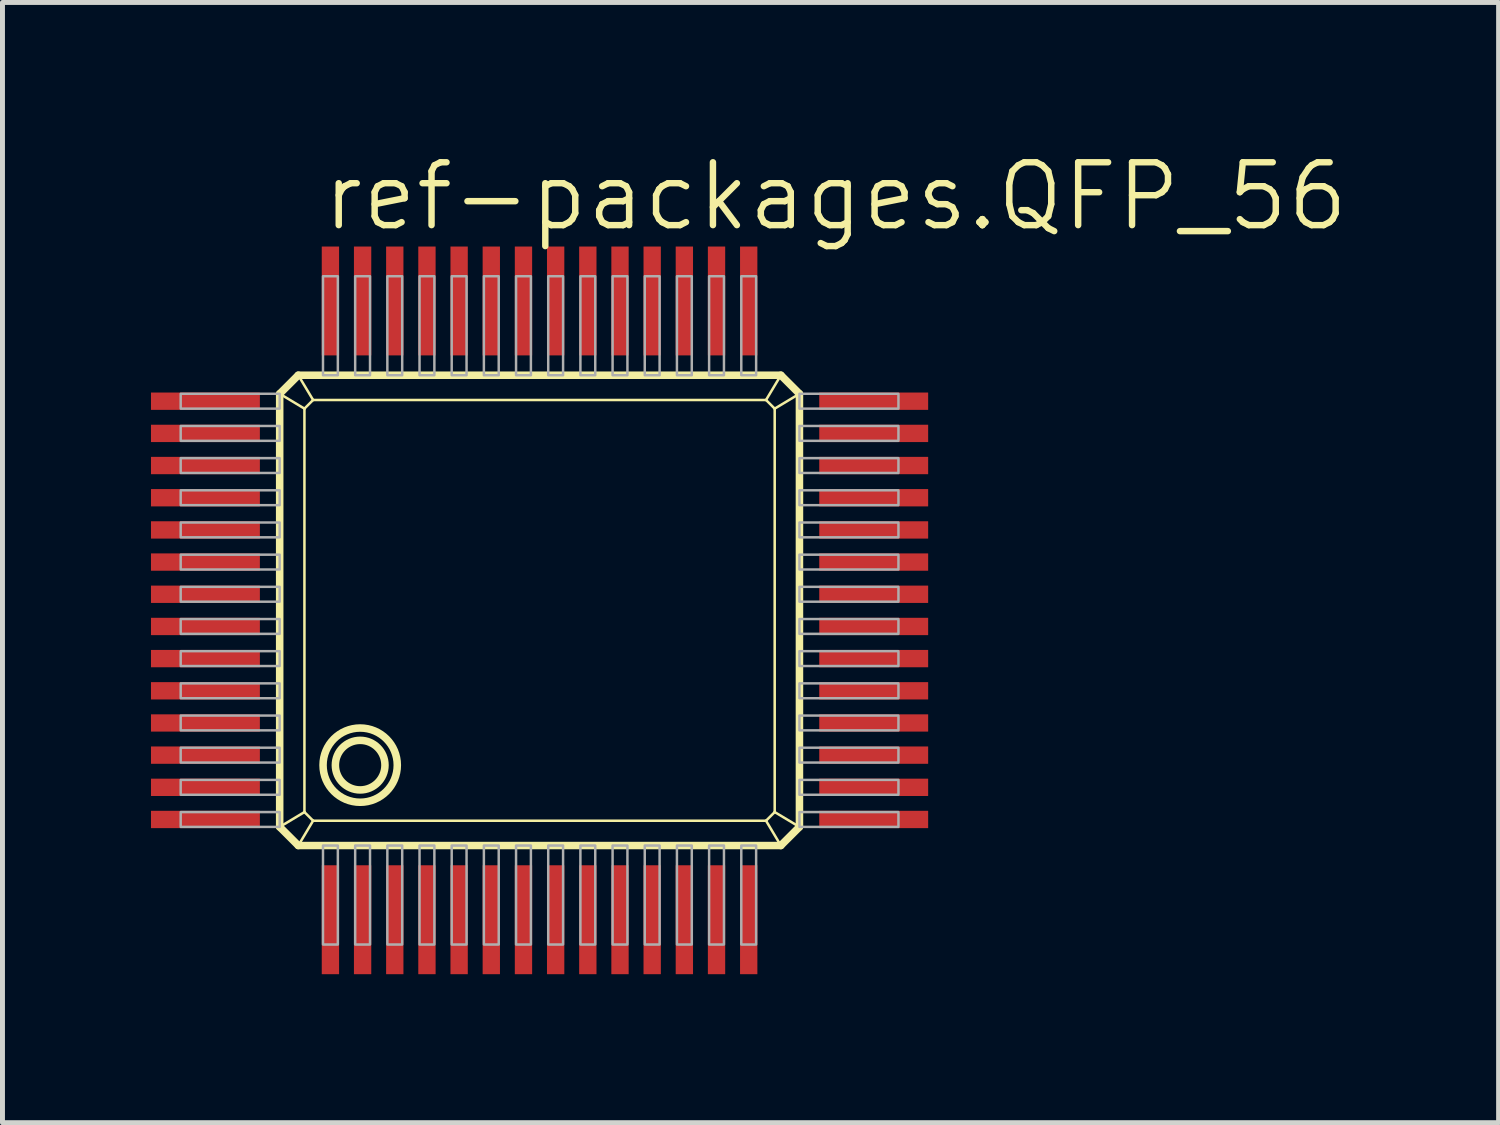
<source format=kicad_pcb>
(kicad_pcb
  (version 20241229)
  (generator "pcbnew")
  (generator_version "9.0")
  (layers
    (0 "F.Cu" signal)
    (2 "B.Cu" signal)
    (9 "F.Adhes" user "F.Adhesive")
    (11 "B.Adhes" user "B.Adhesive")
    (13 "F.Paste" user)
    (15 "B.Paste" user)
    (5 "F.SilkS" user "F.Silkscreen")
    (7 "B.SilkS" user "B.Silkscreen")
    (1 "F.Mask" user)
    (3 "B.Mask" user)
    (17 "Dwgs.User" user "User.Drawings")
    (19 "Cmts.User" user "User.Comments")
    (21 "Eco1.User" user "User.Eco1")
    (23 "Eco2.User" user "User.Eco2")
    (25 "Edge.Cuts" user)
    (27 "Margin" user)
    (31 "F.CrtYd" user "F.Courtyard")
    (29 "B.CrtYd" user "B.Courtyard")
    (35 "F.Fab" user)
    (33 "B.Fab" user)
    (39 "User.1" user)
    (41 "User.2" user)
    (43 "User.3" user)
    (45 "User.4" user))
  (footprint "ref-packages.QFP_56"
    (layer "F.Cu")
    (at 7.85 9.28)
    (property "Reference" "ref-packages.QFP_56" (at -4.445 -7.62 0) (layer "F.SilkS") (effects (font (size 1.27 1.27) (thickness 0.13)) (justify left bottom)))
    (attr smd)
    (fp_line (start -5.25 -4.375) (end -4.875 -4.75) (stroke (width 0.152) (type default)) (layer "F.SilkS"))
    (fp_line (start -5.25 -4.375) (end -4.75 -4.075) (stroke (width 0.051) (type default)) (layer "F.SilkS"))
    (fp_line (start -5.25 4.375) (end -5.25 -4.375) (stroke (width 0.152) (type default)) (layer "F.SilkS"))
    (fp_line (start -5.25 4.375) (end -4.75 4.075) (stroke (width 0.051) (type default)) (layer "F.SilkS"))
    (fp_line (start -4.875 -4.75) (end -4.575 -4.25) (stroke (width 0.051) (type default)) (layer "F.SilkS"))
    (fp_line (start -4.875 -4.75) (end 4.875 -4.75) (stroke (width 0.152) (type default)) (layer "F.SilkS"))
    (fp_line (start -4.874 4.751) (end -5.25 4.375) (stroke (width 0.152) (type default)) (layer "F.SilkS"))
    (fp_line (start -4.874 4.751) (end -4.575 4.25) (stroke (width 0.051) (type default)) (layer "F.SilkS"))
    (fp_line (start -4.75 -4.075) (end -4.575 -4.25) (stroke (width 0.051) (type default)) (layer "F.SilkS"))
    (fp_line (start -4.75 4.075) (end -4.75 -4.075) (stroke (width 0.051) (type default)) (layer "F.SilkS"))
    (fp_line (start -4.575 -4.25) (end 4.575 -4.25) (stroke (width 0.051) (type default)) (layer "F.SilkS"))
    (fp_line (start -4.575 4.25) (end -4.75 4.075) (stroke (width 0.051) (type default)) (layer "F.SilkS"))
    (fp_line (start 4.575 -4.25) (end 4.75 -4.075) (stroke (width 0.051) (type default)) (layer "F.SilkS"))
    (fp_line (start 4.575 4.25) (end -4.575 4.25) (stroke (width 0.051) (type default)) (layer "F.SilkS"))
    (fp_line (start 4.75 -4.075) (end 4.75 4.075) (stroke (width 0.051) (type default)) (layer "F.SilkS"))
    (fp_line (start 4.75 4.075) (end 4.575 4.25) (stroke (width 0.051) (type default)) (layer "F.SilkS"))
    (fp_line (start 4.874 4.751) (end -4.874 4.751) (stroke (width 0.152) (type default)) (layer "F.SilkS"))
    (fp_line (start 4.874 4.751) (end 4.575 4.25) (stroke (width 0.051) (type default)) (layer "F.SilkS"))
    (fp_line (start 4.875 -4.75) (end 4.575 -4.25) (stroke (width 0.051) (type default)) (layer "F.SilkS"))
    (fp_line (start 4.875 -4.75) (end 5.25 -4.375) (stroke (width 0.152) (type default)) (layer "F.SilkS"))
    (fp_line (start 5.25 -4.375) (end 4.75 -4.075) (stroke (width 0.051) (type default)) (layer "F.SilkS"))
    (fp_line (start 5.25 -4.375) (end 5.25 4.375) (stroke (width 0.152) (type default)) (layer "F.SilkS"))
    (fp_line (start 5.25 4.375) (end 4.75 4.075) (stroke (width 0.051) (type default)) (layer "F.SilkS"))
    (fp_line (start 5.25 4.375) (end 4.874 4.751) (stroke (width 0.152) (type default)) (layer "F.SilkS"))
    (fp_circle (center -3.624 3.127) (end -3.123 3.127) (stroke (width 0.152) (type default)) (fill no) (layer "F.SilkS"))
    (fp_circle (center -3.624 3.127) (end -2.874 3.127) (stroke (width 0.152) (type default)) (fill no) (layer "F.SilkS"))
    (fp_rect (start -7.25 -4.075) (end -5.25 -4.375) (stroke (width 0.05) (type default)) (fill no) (layer "F.Fab"))
    (fp_rect (start -7.25 -3.425) (end -5.25 -3.725) (stroke (width 0.05) (type default)) (fill no) (layer "F.Fab"))
    (fp_rect (start -7.25 -2.775) (end -5.25 -3.075) (stroke (width 0.05) (type default)) (fill no) (layer "F.Fab"))
    (fp_rect (start -7.25 -2.125) (end -5.25 -2.425) (stroke (width 0.05) (type default)) (fill no) (layer "F.Fab"))
    (fp_rect (start -7.25 -1.475) (end -5.25 -1.775) (stroke (width 0.05) (type default)) (fill no) (layer "F.Fab"))
    (fp_rect (start -7.25 -0.825) (end -5.25 -1.125) (stroke (width 0.05) (type default)) (fill no) (layer "F.Fab"))
    (fp_rect (start -7.25 -0.175) (end -5.25 -0.475) (stroke (width 0.05) (type default)) (fill no) (layer "F.Fab"))
    (fp_rect (start -7.25 0.475) (end -5.25 0.175) (stroke (width 0.05) (type default)) (fill no) (layer "F.Fab"))
    (fp_rect (start -7.25 1.125) (end -5.25 0.825) (stroke (width 0.05) (type default)) (fill no) (layer "F.Fab"))
    (fp_rect (start -7.25 1.775) (end -5.25 1.475) (stroke (width 0.05) (type default)) (fill no) (layer "F.Fab"))
    (fp_rect (start -7.25 2.425) (end -5.25 2.125) (stroke (width 0.05) (type default)) (fill no) (layer "F.Fab"))
    (fp_rect (start -7.25 3.075) (end -5.25 2.775) (stroke (width 0.05) (type default)) (fill no) (layer "F.Fab"))
    (fp_rect (start -7.25 3.725) (end -5.25 3.425) (stroke (width 0.05) (type default)) (fill no) (layer "F.Fab"))
    (fp_rect (start -7.25 4.375) (end -5.25 4.075) (stroke (width 0.05) (type default)) (fill no) (layer "F.Fab"))
    (fp_rect (start -4.375 -4.75) (end -4.075 -6.75) (stroke (width 0.05) (type default)) (fill no) (layer "F.Fab"))
    (fp_rect (start -4.375 6.751) (end -4.075 4.751) (stroke (width 0.05) (type default)) (fill no) (layer "F.Fab"))
    (fp_rect (start -3.725 -4.75) (end -3.425 -6.75) (stroke (width 0.05) (type default)) (fill no) (layer "F.Fab"))
    (fp_rect (start -3.725 6.751) (end -3.425 4.751) (stroke (width 0.05) (type default)) (fill no) (layer "F.Fab"))
    (fp_rect (start -3.075 -4.75) (end -2.775 -6.75) (stroke (width 0.05) (type default)) (fill no) (layer "F.Fab"))
    (fp_rect (start -3.075 6.751) (end -2.775 4.751) (stroke (width 0.05) (type default)) (fill no) (layer "F.Fab"))
    (fp_rect (start -2.425 -4.75) (end -2.125 -6.75) (stroke (width 0.05) (type default)) (fill no) (layer "F.Fab"))
    (fp_rect (start -2.425 6.751) (end -2.125 4.751) (stroke (width 0.05) (type default)) (fill no) (layer "F.Fab"))
    (fp_rect (start -1.775 -4.75) (end -1.475 -6.75) (stroke (width 0.05) (type default)) (fill no) (layer "F.Fab"))
    (fp_rect (start -1.775 6.751) (end -1.475 4.751) (stroke (width 0.05) (type default)) (fill no) (layer "F.Fab"))
    (fp_rect (start -1.125 -4.75) (end -0.825 -6.75) (stroke (width 0.05) (type default)) (fill no) (layer "F.Fab"))
    (fp_rect (start -1.125 6.751) (end -0.825 4.751) (stroke (width 0.05) (type default)) (fill no) (layer "F.Fab"))
    (fp_rect (start -0.475 -4.75) (end -0.175 -6.75) (stroke (width 0.05) (type default)) (fill no) (layer "F.Fab"))
    (fp_rect (start -0.475 6.751) (end -0.175 4.751) (stroke (width 0.05) (type default)) (fill no) (layer "F.Fab"))
    (fp_rect (start 0.175 -4.75) (end 0.475 -6.75) (stroke (width 0.05) (type default)) (fill no) (layer "F.Fab"))
    (fp_rect (start 0.175 6.751) (end 0.475 4.751) (stroke (width 0.05) (type default)) (fill no) (layer "F.Fab"))
    (fp_rect (start 0.825 -4.75) (end 1.125 -6.75) (stroke (width 0.05) (type default)) (fill no) (layer "F.Fab"))
    (fp_rect (start 0.825 6.751) (end 1.125 4.751) (stroke (width 0.05) (type default)) (fill no) (layer "F.Fab"))
    (fp_rect (start 1.475 -4.75) (end 1.775 -6.75) (stroke (width 0.05) (type default)) (fill no) (layer "F.Fab"))
    (fp_rect (start 1.475 6.751) (end 1.775 4.751) (stroke (width 0.05) (type default)) (fill no) (layer "F.Fab"))
    (fp_rect (start 2.125 -4.75) (end 2.425 -6.75) (stroke (width 0.05) (type default)) (fill no) (layer "F.Fab"))
    (fp_rect (start 2.125 6.751) (end 2.425 4.751) (stroke (width 0.05) (type default)) (fill no) (layer "F.Fab"))
    (fp_rect (start 2.775 -4.75) (end 3.075 -6.75) (stroke (width 0.05) (type default)) (fill no) (layer "F.Fab"))
    (fp_rect (start 2.775 6.751) (end 3.075 4.751) (stroke (width 0.05) (type default)) (fill no) (layer "F.Fab"))
    (fp_rect (start 3.425 -4.75) (end 3.725 -6.75) (stroke (width 0.05) (type default)) (fill no) (layer "F.Fab"))
    (fp_rect (start 3.425 6.751) (end 3.725 4.751) (stroke (width 0.05) (type default)) (fill no) (layer "F.Fab"))
    (fp_rect (start 4.075 -4.75) (end 4.375 -6.75) (stroke (width 0.05) (type default)) (fill no) (layer "F.Fab"))
    (fp_rect (start 4.075 6.751) (end 4.375 4.751) (stroke (width 0.05) (type default)) (fill no) (layer "F.Fab"))
    (fp_rect (start 5.25 -4.075) (end 7.25 -4.375) (stroke (width 0.05) (type default)) (fill no) (layer "F.Fab"))
    (fp_rect (start 5.25 -3.425) (end 7.25 -3.725) (stroke (width 0.05) (type default)) (fill no) (layer "F.Fab"))
    (fp_rect (start 5.25 -2.775) (end 7.25 -3.075) (stroke (width 0.05) (type default)) (fill no) (layer "F.Fab"))
    (fp_rect (start 5.25 -2.125) (end 7.25 -2.425) (stroke (width 0.05) (type default)) (fill no) (layer "F.Fab"))
    (fp_rect (start 5.25 -1.475) (end 7.25 -1.775) (stroke (width 0.05) (type default)) (fill no) (layer "F.Fab"))
    (fp_rect (start 5.25 -0.825) (end 7.25 -1.125) (stroke (width 0.05) (type default)) (fill no) (layer "F.Fab"))
    (fp_rect (start 5.25 -0.175) (end 7.25 -0.475) (stroke (width 0.05) (type default)) (fill no) (layer "F.Fab"))
    (fp_rect (start 5.25 0.475) (end 7.25 0.175) (stroke (width 0.05) (type default)) (fill no) (layer "F.Fab"))
    (fp_rect (start 5.25 1.125) (end 7.25 0.825) (stroke (width 0.05) (type default)) (fill no) (layer "F.Fab"))
    (fp_rect (start 5.25 1.775) (end 7.25 1.475) (stroke (width 0.05) (type default)) (fill no) (layer "F.Fab"))
    (fp_rect (start 5.25 2.425) (end 7.25 2.125) (stroke (width 0.05) (type default)) (fill no) (layer "F.Fab"))
    (fp_rect (start 5.25 3.075) (end 7.25 2.775) (stroke (width 0.05) (type default)) (fill no) (layer "F.Fab"))
    (fp_rect (start 5.25 3.725) (end 7.25 3.425) (stroke (width 0.05) (type default)) (fill no) (layer "F.Fab"))
    (fp_rect (start 5.25 4.375) (end 7.25 4.075) (stroke (width 0.05) (type default)) (fill no) (layer "F.Fab"))
    (pad "1" smd roundrect (at -4.225 6.25) (size 0.35 2.2) (layers "F.Cu" "F.Mask" "F.Paste") (roundrect_rratio 0.01))
    (pad "2" smd roundrect (at -3.575 6.25) (size 0.35 2.2) (layers "F.Cu" "F.Mask" "F.Paste") (roundrect_rratio 0.01))
    (pad "3" smd roundrect (at -2.925 6.25) (size 0.35 2.2) (layers "F.Cu" "F.Mask" "F.Paste") (roundrect_rratio 0.01))
    (pad "4" smd roundrect (at -2.275 6.25) (size 0.35 2.2) (layers "F.Cu" "F.Mask" "F.Paste") (roundrect_rratio 0.01))
    (pad "5" smd roundrect (at -1.625 6.25) (size 0.35 2.2) (layers "F.Cu" "F.Mask" "F.Paste") (roundrect_rratio 0.01))
    (pad "6" smd roundrect (at -0.975 6.25) (size 0.35 2.2) (layers "F.Cu" "F.Mask" "F.Paste") (roundrect_rratio 0.01))
    (pad "7" smd roundrect (at -0.325 6.25) (size 0.35 2.2) (layers "F.Cu" "F.Mask" "F.Paste") (roundrect_rratio 0.01))
    (pad "8" smd roundrect (at 0.325 6.25) (size 0.35 2.2) (layers "F.Cu" "F.Mask" "F.Paste") (roundrect_rratio 0.01))
    (pad "9" smd roundrect (at 0.975 6.25) (size 0.35 2.2) (layers "F.Cu" "F.Mask" "F.Paste") (roundrect_rratio 0.01))
    (pad "10" smd roundrect (at 1.625 6.25) (size 0.35 2.2) (layers "F.Cu" "F.Mask" "F.Paste") (roundrect_rratio 0.01))
    (pad "11" smd roundrect (at 2.275 6.25) (size 0.35 2.2) (layers "F.Cu" "F.Mask" "F.Paste") (roundrect_rratio 0.01))
    (pad "12" smd roundrect (at 2.925 6.25) (size 0.35 2.2) (layers "F.Cu" "F.Mask" "F.Paste") (roundrect_rratio 0.01))
    (pad "13" smd roundrect (at 3.575 6.25) (size 0.35 2.2) (layers "F.Cu" "F.Mask" "F.Paste") (roundrect_rratio 0.01))
    (pad "14" smd roundrect (at 4.225 6.25) (size 0.35 2.2) (layers "F.Cu" "F.Mask" "F.Paste") (roundrect_rratio 0.01))
    (pad "15" smd roundrect (at 6.75 4.225) (size 2.2 0.35) (layers "F.Cu" "F.Mask" "F.Paste") (roundrect_rratio 0.01))
    (pad "16" smd roundrect (at 6.75 3.575) (size 2.2 0.35) (layers "F.Cu" "F.Mask" "F.Paste") (roundrect_rratio 0.01))
    (pad "17" smd roundrect (at 6.75 2.925) (size 2.2 0.35) (layers "F.Cu" "F.Mask" "F.Paste") (roundrect_rratio 0.01))
    (pad "18" smd roundrect (at 6.75 2.275) (size 2.2 0.35) (layers "F.Cu" "F.Mask" "F.Paste") (roundrect_rratio 0.01))
    (pad "19" smd roundrect (at 6.75 1.625) (size 2.2 0.35) (layers "F.Cu" "F.Mask" "F.Paste") (roundrect_rratio 0.01))
    (pad "20" smd roundrect (at 6.75 0.975) (size 2.2 0.35) (layers "F.Cu" "F.Mask" "F.Paste") (roundrect_rratio 0.01))
    (pad "21" smd roundrect (at 6.75 0.325) (size 2.2 0.35) (layers "F.Cu" "F.Mask" "F.Paste") (roundrect_rratio 0.01))
    (pad "22" smd roundrect (at 6.75 -0.325) (size 2.2 0.35) (layers "F.Cu" "F.Mask" "F.Paste") (roundrect_rratio 0.01))
    (pad "23" smd roundrect (at 6.75 -0.975) (size 2.2 0.35) (layers "F.Cu" "F.Mask" "F.Paste") (roundrect_rratio 0.01))
    (pad "24" smd roundrect (at 6.75 -1.625) (size 2.2 0.35) (layers "F.Cu" "F.Mask" "F.Paste") (roundrect_rratio 0.01))
    (pad "25" smd roundrect (at 6.75 -2.275) (size 2.2 0.35) (layers "F.Cu" "F.Mask" "F.Paste") (roundrect_rratio 0.01))
    (pad "26" smd roundrect (at 6.75 -2.925) (size 2.2 0.35) (layers "F.Cu" "F.Mask" "F.Paste") (roundrect_rratio 0.01))
    (pad "27" smd roundrect (at 6.75 -3.575) (size 2.2 0.35) (layers "F.Cu" "F.Mask" "F.Paste") (roundrect_rratio 0.01))
    (pad "28" smd roundrect (at 6.75 -4.225) (size 2.2 0.35) (layers "F.Cu" "F.Mask" "F.Paste") (roundrect_rratio 0.01))
    (pad "29" smd roundrect (at 4.225 -6.25) (size 0.35 2.2) (layers "F.Cu" "F.Mask" "F.Paste") (roundrect_rratio 0.01))
    (pad "30" smd roundrect (at 3.575 -6.25) (size 0.35 2.2) (layers "F.Cu" "F.Mask" "F.Paste") (roundrect_rratio 0.01))
    (pad "31" smd roundrect (at 2.925 -6.25) (size 0.35 2.2) (layers "F.Cu" "F.Mask" "F.Paste") (roundrect_rratio 0.01))
    (pad "32" smd roundrect (at 2.275 -6.25) (size 0.35 2.2) (layers "F.Cu" "F.Mask" "F.Paste") (roundrect_rratio 0.01))
    (pad "33" smd roundrect (at 1.625 -6.25) (size 0.35 2.2) (layers "F.Cu" "F.Mask" "F.Paste") (roundrect_rratio 0.01))
    (pad "34" smd roundrect (at 0.975 -6.25) (size 0.35 2.2) (layers "F.Cu" "F.Mask" "F.Paste") (roundrect_rratio 0.01))
    (pad "35" smd roundrect (at 0.325 -6.25) (size 0.35 2.2) (layers "F.Cu" "F.Mask" "F.Paste") (roundrect_rratio 0.01))
    (pad "36" smd roundrect (at -0.325 -6.25) (size 0.35 2.2) (layers "F.Cu" "F.Mask" "F.Paste") (roundrect_rratio 0.01))
    (pad "37" smd roundrect (at -0.975 -6.25) (size 0.35 2.2) (layers "F.Cu" "F.Mask" "F.Paste") (roundrect_rratio 0.01))
    (pad "38" smd roundrect (at -1.625 -6.25) (size 0.35 2.2) (layers "F.Cu" "F.Mask" "F.Paste") (roundrect_rratio 0.01))
    (pad "39" smd roundrect (at -2.275 -6.25) (size 0.35 2.2) (layers "F.Cu" "F.Mask" "F.Paste") (roundrect_rratio 0.01))
    (pad "40" smd roundrect (at -2.925 -6.25) (size 0.35 2.2) (layers "F.Cu" "F.Mask" "F.Paste") (roundrect_rratio 0.01))
    (pad "41" smd roundrect (at -3.575 -6.25) (size 0.35 2.2) (layers "F.Cu" "F.Mask" "F.Paste") (roundrect_rratio 0.01))
    (pad "42" smd roundrect (at -4.225 -6.25) (size 0.35 2.2) (layers "F.Cu" "F.Mask" "F.Paste") (roundrect_rratio 0.01))
    (pad "43" smd roundrect (at -6.75 -4.225) (size 2.2 0.35) (layers "F.Cu" "F.Mask" "F.Paste") (roundrect_rratio 0.01))
    (pad "44" smd roundrect (at -6.75 -3.575) (size 2.2 0.35) (layers "F.Cu" "F.Mask" "F.Paste") (roundrect_rratio 0.01))
    (pad "45" smd roundrect (at -6.75 -2.925) (size 2.2 0.35) (layers "F.Cu" "F.Mask" "F.Paste") (roundrect_rratio 0.01))
    (pad "46" smd roundrect (at -6.75 -2.275) (size 2.2 0.35) (layers "F.Cu" "F.Mask" "F.Paste") (roundrect_rratio 0.01))
    (pad "47" smd roundrect (at -6.75 -1.625) (size 2.2 0.35) (layers "F.Cu" "F.Mask" "F.Paste") (roundrect_rratio 0.01))
    (pad "48" smd roundrect (at -6.75 -0.975) (size 2.2 0.35) (layers "F.Cu" "F.Mask" "F.Paste") (roundrect_rratio 0.01))
    (pad "49" smd roundrect (at -6.75 -0.325) (size 2.2 0.35) (layers "F.Cu" "F.Mask" "F.Paste") (roundrect_rratio 0.01))
    (pad "50" smd roundrect (at -6.75 0.325) (size 2.2 0.35) (layers "F.Cu" "F.Mask" "F.Paste") (roundrect_rratio 0.01))
    (pad "51" smd roundrect (at -6.75 0.975) (size 2.2 0.35) (layers "F.Cu" "F.Mask" "F.Paste") (roundrect_rratio 0.01))
    (pad "52" smd roundrect (at -6.75 1.625) (size 2.2 0.35) (layers "F.Cu" "F.Mask" "F.Paste") (roundrect_rratio 0.01))
    (pad "53" smd roundrect (at -6.75 2.275) (size 2.2 0.35) (layers "F.Cu" "F.Mask" "F.Paste") (roundrect_rratio 0.01))
    (pad "54" smd roundrect (at -6.75 2.925) (size 2.2 0.35) (layers "F.Cu" "F.Mask" "F.Paste") (roundrect_rratio 0.01))
    (pad "55" smd roundrect (at -6.75 3.575) (size 2.2 0.35) (layers "F.Cu" "F.Mask" "F.Paste") (roundrect_rratio 0.01))
    (pad "56" smd roundrect (at -6.75 4.225) (size 2.2 0.35) (layers "F.Cu" "F.Mask" "F.Paste") (roundrect_rratio 0.01)))
  (gr_rect
    (start -3 -3)
    (end 27.224 19.63)
    (stroke (width 0.1) (type default))
    (fill no)
    (layer "Edge.Cuts")))
</source>
